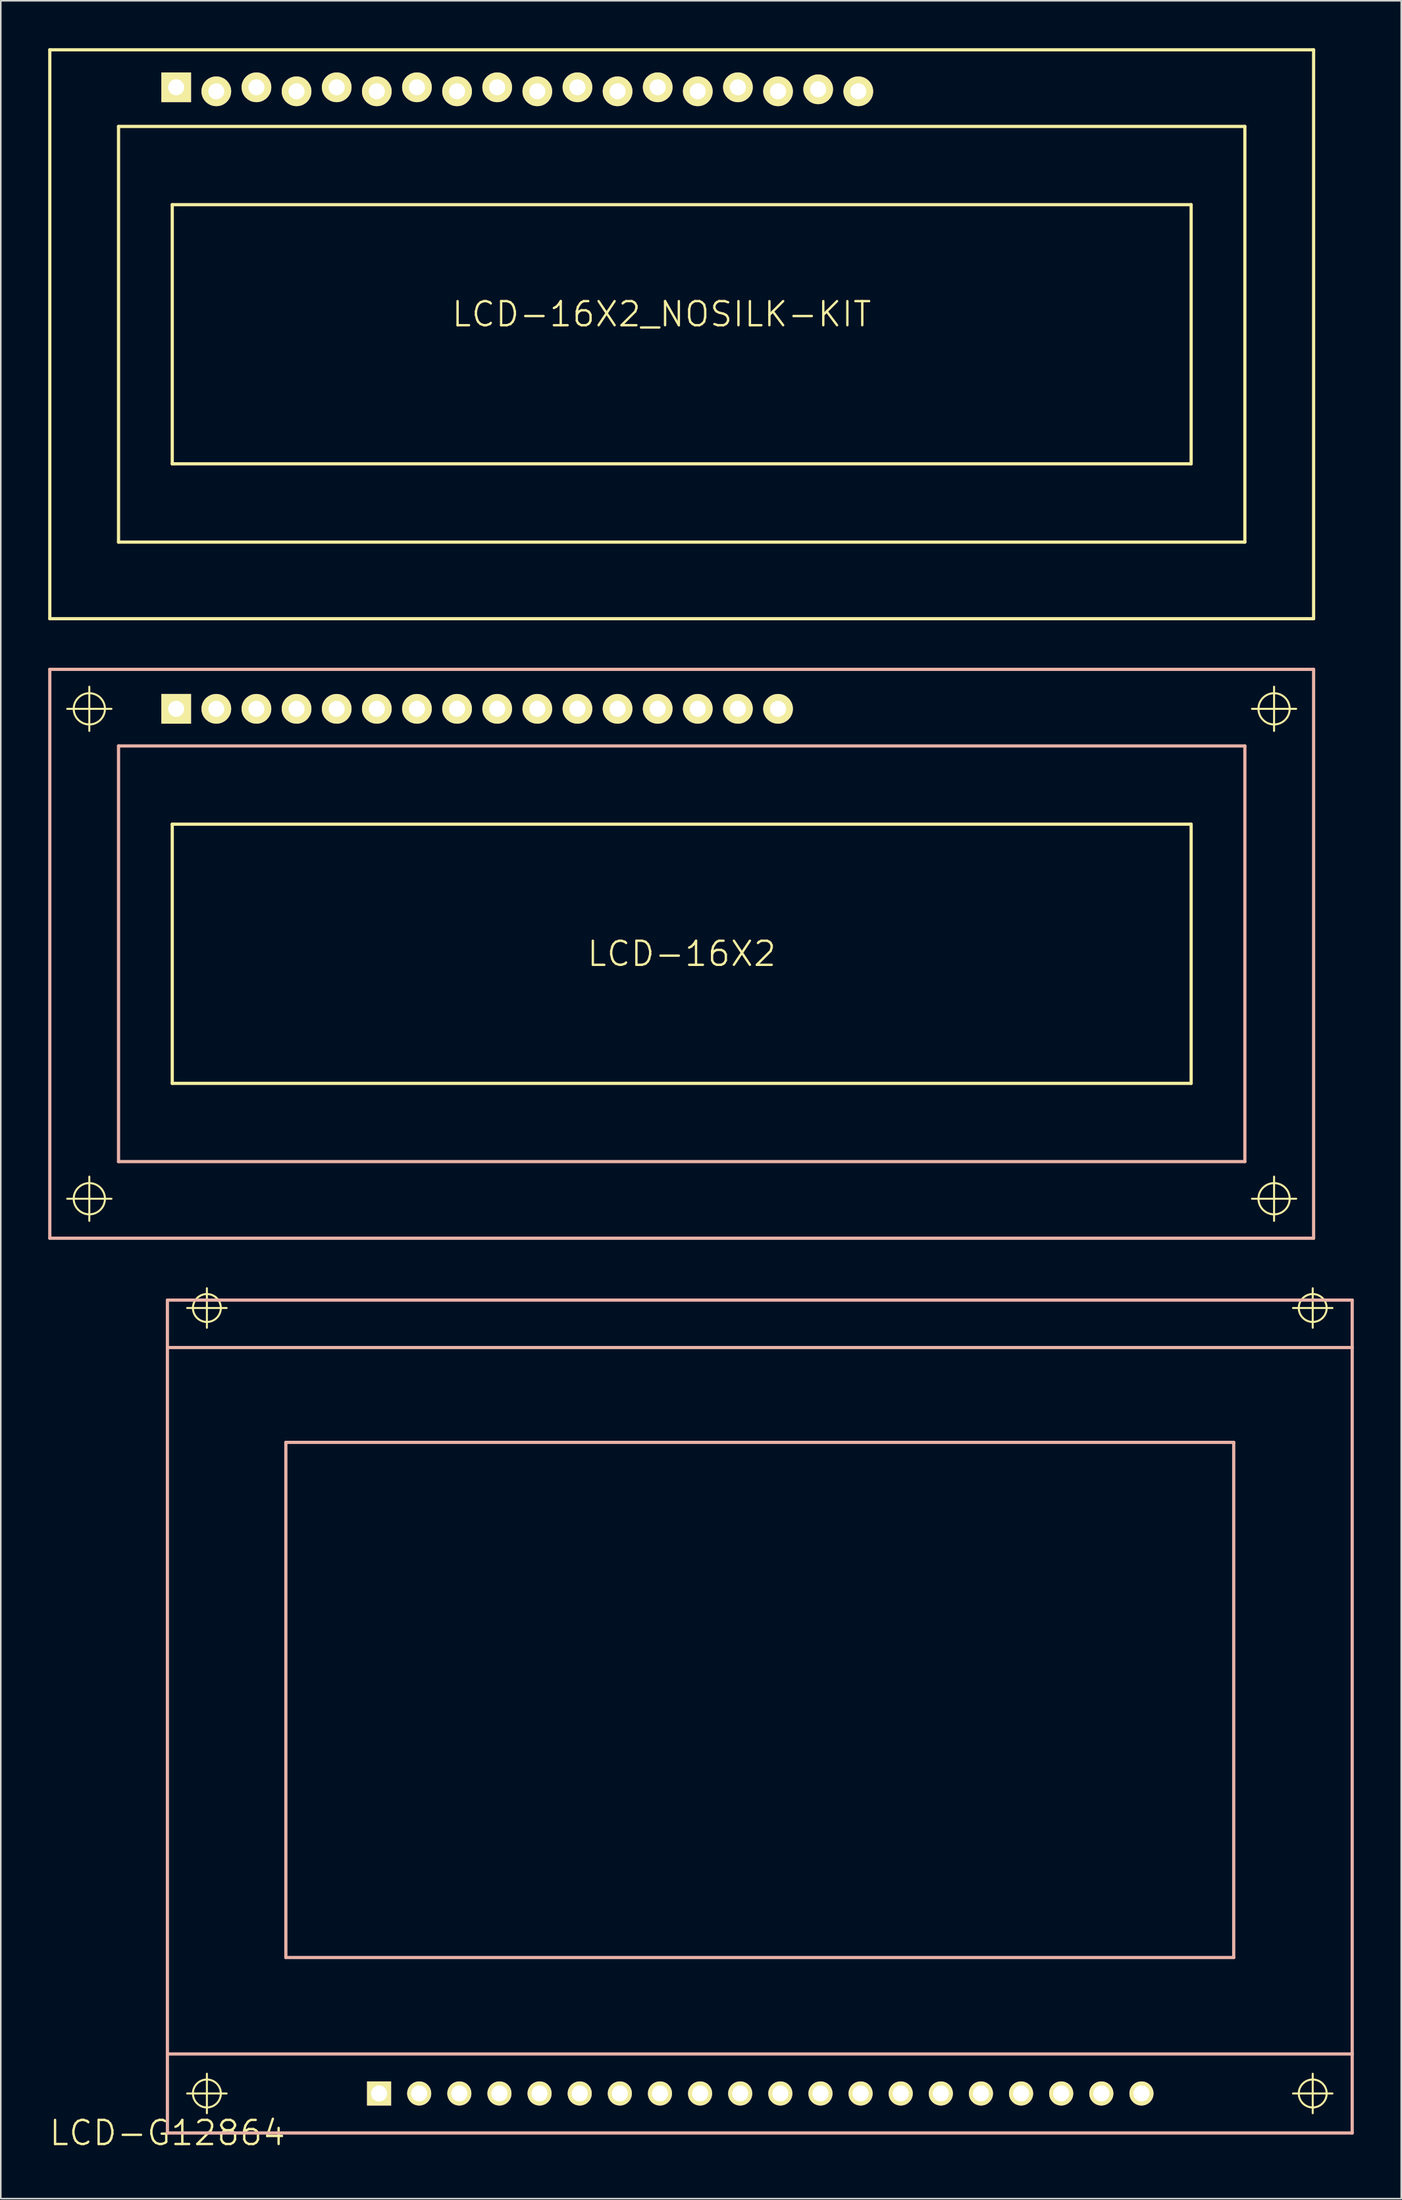
<source format=kicad_pcb>
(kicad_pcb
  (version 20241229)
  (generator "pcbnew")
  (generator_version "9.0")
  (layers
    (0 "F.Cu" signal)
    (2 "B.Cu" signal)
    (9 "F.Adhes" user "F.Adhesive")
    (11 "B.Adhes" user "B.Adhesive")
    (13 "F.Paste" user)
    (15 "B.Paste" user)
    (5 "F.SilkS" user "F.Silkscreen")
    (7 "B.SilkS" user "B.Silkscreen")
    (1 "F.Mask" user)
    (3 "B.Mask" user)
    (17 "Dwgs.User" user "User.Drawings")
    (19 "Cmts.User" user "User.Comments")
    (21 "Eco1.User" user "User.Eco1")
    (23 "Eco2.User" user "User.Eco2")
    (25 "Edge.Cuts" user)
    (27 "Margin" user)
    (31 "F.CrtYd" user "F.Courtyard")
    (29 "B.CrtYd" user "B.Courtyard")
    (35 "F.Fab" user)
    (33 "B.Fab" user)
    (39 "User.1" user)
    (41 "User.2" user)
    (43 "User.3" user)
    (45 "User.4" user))
  (footprint "LCD-16X2"
    (layer "F.Cu")
    (at 40.102 57.3)
    (property "Reference" "LCD-16X2" (at 0 0 0) (layer "F.SilkS") (effects (font (size 1.524 1.524) (thickness 0.15))))
    (attr exclude_from_pos_files exclude_from_bom)
    (fp_line (start -38.898 -15.499) (end -36.098 -15.499) (stroke (width 0.127) (type solid)) (layer "F.SilkS"))
    (fp_line (start -38.898 15.499) (end -36.098 15.499) (stroke (width 0.127) (type solid)) (layer "F.SilkS"))
    (fp_line (start -37.498 -14.1) (end -37.498 -16.899) (stroke (width 0.127) (type solid)) (layer "F.SilkS"))
    (fp_line (start -37.498 16.899) (end -37.498 14.1) (stroke (width 0.127) (type solid)) (layer "F.SilkS"))
    (fp_line (start -32.248 -8.199) (end 32.248 -8.199) (stroke (width 0.203) (type solid)) (layer "F.SilkS"))
    (fp_line (start -32.248 8.199) (end -32.248 -8.199) (stroke (width 0.203) (type solid)) (layer "F.SilkS"))
    (fp_line (start 32.248 -8.199) (end 32.248 8.199) (stroke (width 0.203) (type solid)) (layer "F.SilkS"))
    (fp_line (start 32.248 8.199) (end -32.248 8.199) (stroke (width 0.203) (type solid)) (layer "F.SilkS"))
    (fp_line (start 36.098 -15.499) (end 38.898 -15.499) (stroke (width 0.127) (type solid)) (layer "F.SilkS"))
    (fp_line (start 36.098 15.499) (end 38.898 15.499) (stroke (width 0.127) (type solid)) (layer "F.SilkS"))
    (fp_line (start 37.498 -14.1) (end 37.498 -16.899) (stroke (width 0.127) (type solid)) (layer "F.SilkS"))
    (fp_line (start 37.498 16.899) (end 37.498 14.1) (stroke (width 0.127) (type solid)) (layer "F.SilkS"))
    (fp_circle (center -37.498 -15.499) (end -38.197 -16.198) (stroke (width 0.127) (type solid)) (fill no) (layer "F.SilkS"))
    (fp_circle (center -37.498 15.499) (end -38.197 16.198) (stroke (width 0.127) (type solid)) (fill no) (layer "F.SilkS"))
    (fp_circle (center 37.498 -15.499) (end 38.197 -16.198) (stroke (width 0.127) (type solid)) (fill no) (layer "F.SilkS"))
    (fp_circle (center 37.498 15.499) (end 38.197 16.198) (stroke (width 0.127) (type solid)) (fill no) (layer "F.SilkS"))
    (fp_line (start -40 -17.998) (end 40 -17.998) (stroke (width 0.203) (type solid)) (layer "B.SilkS"))
    (fp_line (start -40 17.998) (end -40 -17.998) (stroke (width 0.203) (type solid)) (layer "B.SilkS"))
    (fp_line (start -35.649 -13.15) (end 35.649 -13.15) (stroke (width 0.203) (type solid)) (layer "B.SilkS"))
    (fp_line (start -35.649 13.15) (end -35.649 -13.15) (stroke (width 0.203) (type solid)) (layer "B.SilkS"))
    (fp_line (start 35.649 -13.15) (end 35.649 13.15) (stroke (width 0.203) (type solid)) (layer "B.SilkS"))
    (fp_line (start 35.649 13.15) (end -35.649 13.15) (stroke (width 0.203) (type solid)) (layer "B.SilkS"))
    (fp_line (start 40 -17.998) (end 40 17.998) (stroke (width 0.203) (type solid)) (layer "B.SilkS"))
    (fp_line (start 40 17.998) (end -40 17.998) (stroke (width 0.203) (type solid)) (layer "B.SilkS"))
    (pad "1" thru_hole rect (at -31.999 -15.499) (size 1.88 1.88) (drill 1.016) (layers "*.Cu" "F.Mask" "F.SilkS" "F.Paste"))
    (pad "2" thru_hole circle (at -29.459 -15.499) (size 1.88 1.88) (drill 1.016) (layers "*.Cu" "F.Mask" "F.SilkS" "F.Paste"))
    (pad "3" thru_hole circle (at -26.919 -15.499) (size 1.88 1.88) (drill 1.016) (layers "*.Cu" "F.Mask" "F.SilkS" "F.Paste"))
    (pad "4" thru_hole circle (at -24.379 -15.499) (size 1.88 1.88) (drill 1.016) (layers "*.Cu" "F.Mask" "F.SilkS" "F.Paste"))
    (pad "5" thru_hole circle (at -21.839 -15.499) (size 1.88 1.88) (drill 1.016) (layers "*.Cu" "F.Mask" "F.SilkS" "F.Paste"))
    (pad "6" thru_hole circle (at -19.299 -15.499) (size 1.88 1.88) (drill 1.016) (layers "*.Cu" "F.Mask" "F.SilkS" "F.Paste"))
    (pad "7" thru_hole circle (at -16.759 -15.499) (size 1.88 1.88) (drill 1.016) (layers "*.Cu" "F.Mask" "F.SilkS" "F.Paste"))
    (pad "8" thru_hole circle (at -14.219 -15.499) (size 1.88 1.88) (drill 1.016) (layers "*.Cu" "F.Mask" "F.SilkS" "F.Paste"))
    (pad "9" thru_hole circle (at -11.679 -15.499) (size 1.88 1.88) (drill 1.016) (layers "*.Cu" "F.Mask" "F.SilkS" "F.Paste"))
    (pad "10" thru_hole circle (at -9.139 -15.499) (size 1.88 1.88) (drill 1.016) (layers "*.Cu" "F.Mask" "F.SilkS" "F.Paste"))
    (pad "11" thru_hole circle (at -6.599 -15.499) (size 1.88 1.88) (drill 1.016) (layers "*.Cu" "F.Mask" "F.SilkS" "F.Paste"))
    (pad "12" thru_hole circle (at -4.059 -15.499) (size 1.88 1.88) (drill 1.016) (layers "*.Cu" "F.Mask" "F.SilkS" "F.Paste"))
    (pad "13" thru_hole circle (at -1.519 -15.499) (size 1.88 1.88) (drill 1.016) (layers "*.Cu" "F.Mask" "F.SilkS" "F.Paste"))
    (pad "14" thru_hole circle (at 1.019 -15.499) (size 1.88 1.88) (drill 1.016) (layers "*.Cu" "F.Mask" "F.SilkS" "F.Paste"))
    (pad "15" thru_hole circle (at 3.559 -15.499) (size 1.88 1.88) (drill 1.016) (layers "*.Cu" "F.Mask" "F.SilkS" "F.Paste"))
    (pad "16" thru_hole circle (at 6.099 -15.499) (size 1.88 1.88) (drill 1.016) (layers "*.Cu" "F.Mask" "F.SilkS" "F.Paste")))
  (footprint "LCD-G12864"
    (layer "F.Cu")
    (at 7.547 131.913)
    (property "Reference" "LCD-G12864" (at 0 0 0) (layer "F.SilkS") (effects (font (size 1.524 1.524) (thickness 0.15))))
    (attr exclude_from_pos_files exclude_from_bom)
    (fp_line (start 1.25 -52.2) (end 3.749 -52.2) (stroke (width 0.127) (type solid)) (layer "F.SilkS"))
    (fp_line (start 1.25 -2.499) (end 3.749 -2.499) (stroke (width 0.127) (type solid)) (layer "F.SilkS"))
    (fp_line (start 2.499 -50.95) (end 2.499 -53.449) (stroke (width 0.127) (type solid)) (layer "F.SilkS"))
    (fp_line (start 2.499 -1.25) (end 2.499 -3.749) (stroke (width 0.127) (type solid)) (layer "F.SilkS"))
    (fp_line (start 71.25 -52.2) (end 73.749 -52.2) (stroke (width 0.127) (type solid)) (layer "F.SilkS"))
    (fp_line (start 71.25 -2.499) (end 73.749 -2.499) (stroke (width 0.127) (type solid)) (layer "F.SilkS"))
    (fp_line (start 72.499 -50.95) (end 72.499 -53.449) (stroke (width 0.127) (type solid)) (layer "F.SilkS"))
    (fp_line (start 72.499 -1.25) (end 72.499 -3.749) (stroke (width 0.127) (type solid)) (layer "F.SilkS"))
    (fp_circle (center 2.499 -52.2) (end 3.124 -52.824) (stroke (width 0.127) (type solid)) (fill no) (layer "F.SilkS"))
    (fp_circle (center 2.499 -2.499) (end 3.124 -3.124) (stroke (width 0.127) (type solid)) (fill no) (layer "F.SilkS"))
    (fp_circle (center 72.499 -52.2) (end 73.124 -52.824) (stroke (width 0.127) (type solid)) (fill no) (layer "F.SilkS"))
    (fp_circle (center 72.499 -2.499) (end 73.124 -3.124) (stroke (width 0.127) (type solid)) (fill no) (layer "F.SilkS"))
    (fp_line (start 0 -52.7) (end 74.999 -52.7) (stroke (width 0.203) (type solid)) (layer "B.SilkS"))
    (fp_line (start 0 -49.698) (end 0 -52.7) (stroke (width 0.203) (type solid)) (layer "B.SilkS"))
    (fp_line (start 0 -49.698) (end 74.999 -49.698) (stroke (width 0.203) (type solid)) (layer "B.SilkS"))
    (fp_line (start 0 -4.999) (end 0 -49.698) (stroke (width 0.203) (type solid)) (layer "B.SilkS"))
    (fp_line (start 0 0) (end 0 -4.999) (stroke (width 0.203) (type solid)) (layer "B.SilkS"))
    (fp_line (start 7.498 -43.698) (end 67.498 -43.698) (stroke (width 0.203) (type solid)) (layer "B.SilkS"))
    (fp_line (start 7.498 -11.1) (end 7.498 -43.698) (stroke (width 0.203) (type solid)) (layer "B.SilkS"))
    (fp_line (start 67.498 -43.698) (end 67.498 -11.1) (stroke (width 0.203) (type solid)) (layer "B.SilkS"))
    (fp_line (start 67.498 -11.1) (end 7.498 -11.1) (stroke (width 0.203) (type solid)) (layer "B.SilkS"))
    (fp_line (start 74.999 -52.7) (end 74.999 -49.698) (stroke (width 0.203) (type solid)) (layer "B.SilkS"))
    (fp_line (start 74.999 -49.698) (end 74.999 -4.999) (stroke (width 0.203) (type solid)) (layer "B.SilkS"))
    (fp_line (start 74.999 -4.999) (end 0 -4.999) (stroke (width 0.203) (type solid)) (layer "B.SilkS"))
    (fp_line (start 74.999 -4.999) (end 74.999 0) (stroke (width 0.203) (type solid)) (layer "B.SilkS"))
    (fp_line (start 74.999 0) (end 0 0) (stroke (width 0.203) (type solid)) (layer "B.SilkS"))
    (pad "1" thru_hole rect (at 13.399 -2.499) (size 1.524 1.524) (drill 1.016) (layers "*.Cu" "F.Mask" "F.SilkS" "F.Paste"))
    (pad "2" thru_hole circle (at 15.938 -2.499) (size 1.524 1.524) (drill 1.016) (layers "*.Cu" "F.Mask" "F.SilkS" "F.Paste"))
    (pad "3" thru_hole circle (at 18.479 -2.499) (size 1.524 1.524) (drill 1.016) (layers "*.Cu" "F.Mask" "F.SilkS" "F.Paste"))
    (pad "4" thru_hole circle (at 21.018 -2.499) (size 1.524 1.524) (drill 1.016) (layers "*.Cu" "F.Mask" "F.SilkS" "F.Paste"))
    (pad "5" thru_hole circle (at 23.558 -2.499) (size 1.524 1.524) (drill 1.016) (layers "*.Cu" "F.Mask" "F.SilkS" "F.Paste"))
    (pad "6" thru_hole circle (at 26.099 -2.499) (size 1.524 1.524) (drill 1.016) (layers "*.Cu" "F.Mask" "F.SilkS" "F.Paste"))
    (pad "7" thru_hole circle (at 28.639 -2.499) (size 1.524 1.524) (drill 1.016) (layers "*.Cu" "F.Mask" "F.SilkS" "F.Paste"))
    (pad "8" thru_hole circle (at 31.178 -2.499) (size 1.524 1.524) (drill 1.016) (layers "*.Cu" "F.Mask" "F.SilkS" "F.Paste"))
    (pad "9" thru_hole circle (at 33.718 -2.499) (size 1.524 1.524) (drill 1.016) (layers "*.Cu" "F.Mask" "F.SilkS" "F.Paste"))
    (pad "10" thru_hole circle (at 36.258 -2.499) (size 1.524 1.524) (drill 1.016) (layers "*.Cu" "F.Mask" "F.SilkS" "F.Paste"))
    (pad "11" thru_hole circle (at 38.798 -2.499) (size 1.524 1.524) (drill 1.016) (layers "*.Cu" "F.Mask" "F.SilkS" "F.Paste"))
    (pad "12" thru_hole circle (at 41.339 -2.499) (size 1.524 1.524) (drill 1.016) (layers "*.Cu" "F.Mask" "F.SilkS" "F.Paste"))
    (pad "13" thru_hole circle (at 43.879 -2.499) (size 1.524 1.524) (drill 1.016) (layers "*.Cu" "F.Mask" "F.SilkS" "F.Paste"))
    (pad "14" thru_hole circle (at 46.419 -2.499) (size 1.524 1.524) (drill 1.016) (layers "*.Cu" "F.Mask" "F.SilkS" "F.Paste"))
    (pad "15" thru_hole circle (at 48.959 -2.499) (size 1.524 1.524) (drill 1.016) (layers "*.Cu" "F.Mask" "F.SilkS" "F.Paste"))
    (pad "16" thru_hole circle (at 51.498 -2.499) (size 1.524 1.524) (drill 1.016) (layers "*.Cu" "F.Mask" "F.SilkS" "F.Paste"))
    (pad "17" thru_hole circle (at 54.038 -2.499) (size 1.524 1.524) (drill 1.016) (layers "*.Cu" "F.Mask" "F.SilkS" "F.Paste"))
    (pad "18" thru_hole circle (at 56.578 -2.499) (size 1.524 1.524) (drill 1.016) (layers "*.Cu" "F.Mask" "F.SilkS" "F.Paste"))
    (pad "19" thru_hole circle (at 59.118 -2.499) (size 1.524 1.524) (drill 1.016) (layers "*.Cu" "F.Mask" "F.SilkS" "F.Paste"))
    (pad "20" thru_hole circle (at 61.658 -2.499) (size 1.524 1.524) (drill 1.016) (layers "*.Cu" "F.Mask" "F.SilkS" "F.Paste")))
  (footprint "LCD-16X2_NOSILK-KIT"
    (layer "F.Cu")
    (at 38.832 16.83)
    (property "Reference" "LCD-16X2_NOSILK-KIT" (at 0 0 0) (layer "F.SilkS") (effects (font (size 1.524 1.524) (thickness 0.15))))
    (attr exclude_from_pos_files exclude_from_bom)
    (fp_line (start -38.73 -16.728) (end 41.27 -16.728) (stroke (width 0.203) (type solid)) (layer "F.SilkS"))
    (fp_line (start -38.73 19.268) (end -38.73 -16.728) (stroke (width 0.203) (type solid)) (layer "F.SilkS"))
    (fp_line (start -34.379 -11.88) (end 36.919 -11.88) (stroke (width 0.203) (type solid)) (layer "F.SilkS"))
    (fp_line (start -34.379 14.42) (end -34.379 -11.88) (stroke (width 0.203) (type solid)) (layer "F.SilkS"))
    (fp_line (start -30.978 -6.929) (end 33.518 -6.929) (stroke (width 0.203) (type solid)) (layer "F.SilkS"))
    (fp_line (start -30.978 9.469) (end -30.978 -6.929) (stroke (width 0.203) (type solid)) (layer "F.SilkS"))
    (fp_line (start 33.518 -6.929) (end 33.518 9.469) (stroke (width 0.203) (type solid)) (layer "F.SilkS"))
    (fp_line (start 33.518 9.469) (end -30.978 9.469) (stroke (width 0.203) (type solid)) (layer "F.SilkS"))
    (fp_line (start 36.919 -11.88) (end 36.919 14.42) (stroke (width 0.203) (type solid)) (layer "F.SilkS"))
    (fp_line (start 36.919 14.42) (end -34.379 14.42) (stroke (width 0.203) (type solid)) (layer "F.SilkS"))
    (fp_line (start 41.27 -16.728) (end 41.27 19.268) (stroke (width 0.203) (type solid)) (layer "F.SilkS"))
    (fp_line (start 41.27 19.268) (end -38.73 19.268) (stroke (width 0.203) (type solid)) (layer "F.SilkS"))
    (pad "1" thru_hole rect (at -30.729 -14.356) (size 1.88 1.88) (drill 1.016) (layers "*.Cu" "F.Mask" "F.SilkS" "F.Paste"))
    (pad "2" thru_hole circle (at -28.189 -14.102) (size 1.88 1.88) (drill 1.016) (layers "*.Cu" "F.Mask" "F.SilkS" "F.Paste"))
    (pad "3" thru_hole circle (at -25.649 -14.356) (size 1.88 1.88) (drill 1.016) (layers "*.Cu" "F.Mask" "F.SilkS" "F.Paste"))
    (pad "4" thru_hole circle (at -23.109 -14.102) (size 1.88 1.88) (drill 1.016) (layers "*.Cu" "F.Mask" "F.SilkS" "F.Paste"))
    (pad "5" thru_hole circle (at -20.569 -14.356) (size 1.88 1.88) (drill 1.016) (layers "*.Cu" "F.Mask" "F.SilkS" "F.Paste"))
    (pad "6" thru_hole circle (at -18.029 -14.102) (size 1.88 1.88) (drill 1.016) (layers "*.Cu" "F.Mask" "F.SilkS" "F.Paste"))
    (pad "7" thru_hole circle (at -15.489 -14.356) (size 1.88 1.88) (drill 1.016) (layers "*.Cu" "F.Mask" "F.SilkS" "F.Paste"))
    (pad "8" thru_hole circle (at -12.949 -14.102) (size 1.88 1.88) (drill 1.016) (layers "*.Cu" "F.Mask" "F.SilkS" "F.Paste"))
    (pad "9" thru_hole circle (at -10.409 -14.356) (size 1.88 1.88) (drill 1.016) (layers "*.Cu" "F.Mask" "F.SilkS" "F.Paste"))
    (pad "10" thru_hole circle (at -7.869 -14.102) (size 1.88 1.88) (drill 1.016) (layers "*.Cu" "F.Mask" "F.SilkS" "F.Paste"))
    (pad "11" thru_hole circle (at -5.329 -14.356) (size 1.88 1.88) (drill 1.016) (layers "*.Cu" "F.Mask" "F.SilkS" "F.Paste"))
    (pad "12" thru_hole circle (at -2.789 -14.102) (size 1.88 1.88) (drill 1.016) (layers "*.Cu" "F.Mask" "F.SilkS" "F.Paste"))
    (pad "13" thru_hole circle (at -0.249 -14.356) (size 1.88 1.88) (drill 1.016) (layers "*.Cu" "F.Mask" "F.SilkS" "F.Paste"))
    (pad "14" thru_hole circle (at 2.289 -14.102) (size 1.88 1.88) (drill 1.016) (layers "*.Cu" "F.Mask" "F.SilkS" "F.Paste"))
    (pad "15" thru_hole circle (at 4.829 -14.356) (size 1.88 1.88) (drill 1.016) (layers "*.Cu" "F.Mask" "F.SilkS" "F.Paste"))
    (pad "16" thru_hole circle (at 7.369 -14.102) (size 1.88 1.88) (drill 1.016) (layers "*.Cu" "F.Mask" "F.SilkS" "F.Paste"))
    (pad "17" thru_hole circle (at 9.909 -14.229) (size 1.88 1.88) (drill 1.016) (layers "*.Cu" "F.Mask" "F.SilkS" "F.Paste"))
    (pad "18" thru_hole circle (at 12.449 -14.102) (size 1.88 1.88) (drill 1.016) (layers "*.Cu" "F.Mask" "F.SilkS" "F.Paste")))
  (gr_rect
    (start -3 -3)
    (end 85.648 136.068)
    (stroke (width 0.1) (type default))
    (fill no)
    (layer "Edge.Cuts")))
</source>
